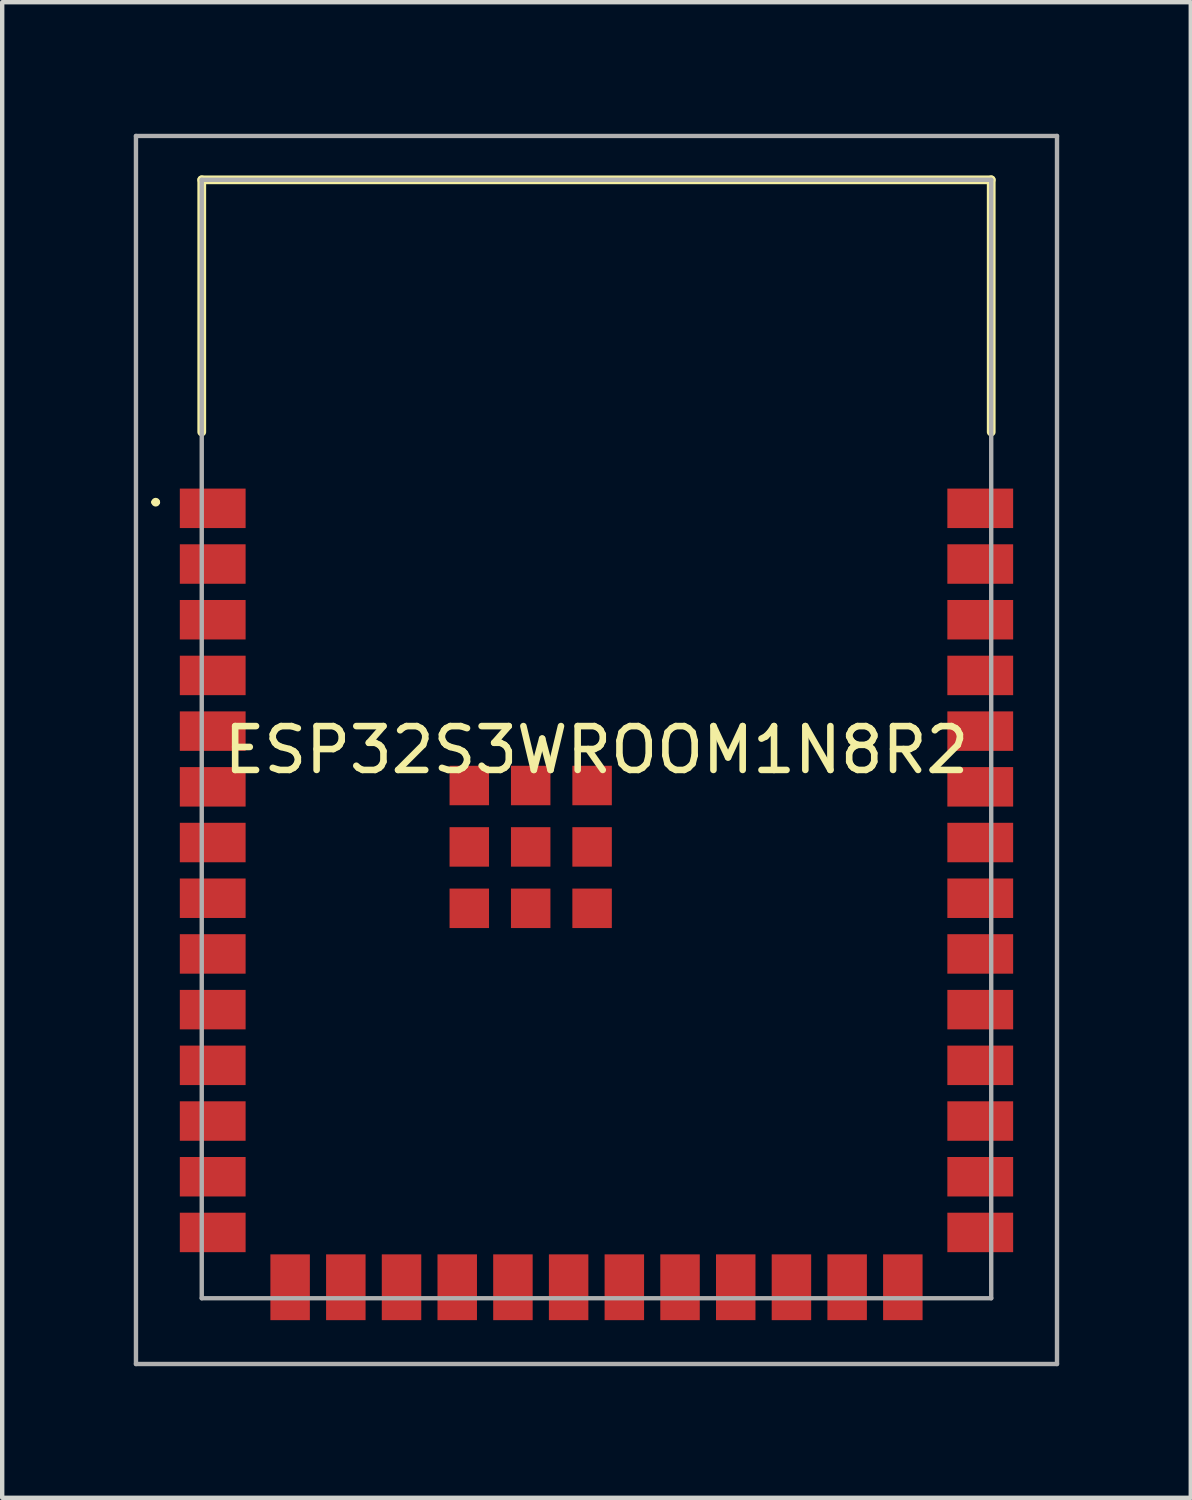
<source format=kicad_pcb>
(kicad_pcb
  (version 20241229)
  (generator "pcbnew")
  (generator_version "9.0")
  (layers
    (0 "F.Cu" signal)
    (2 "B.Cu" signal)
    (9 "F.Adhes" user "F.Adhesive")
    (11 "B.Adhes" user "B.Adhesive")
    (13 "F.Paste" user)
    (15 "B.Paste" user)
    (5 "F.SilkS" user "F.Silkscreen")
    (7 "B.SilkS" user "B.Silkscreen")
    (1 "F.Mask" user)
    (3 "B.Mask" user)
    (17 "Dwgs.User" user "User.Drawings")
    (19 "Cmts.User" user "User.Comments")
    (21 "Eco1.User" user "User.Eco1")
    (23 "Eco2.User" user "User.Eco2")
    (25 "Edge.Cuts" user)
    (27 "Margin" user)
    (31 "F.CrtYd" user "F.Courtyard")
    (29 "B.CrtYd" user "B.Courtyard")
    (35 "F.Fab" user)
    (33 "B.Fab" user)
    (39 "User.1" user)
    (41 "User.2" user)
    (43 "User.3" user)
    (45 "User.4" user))
  (footprint "ESP32S3WROOM1N8R2"
    (layer "F.Cu")
    (at 10.55 13.8)
    (property "Reference" "ESP32S3WROOM1N8R2" (at 0 0.25 0) (layer "F.SilkS") (effects (font (size 1 1) (thickness 0.15))))
    (attr smd)
    (fp_line (start -10.1 -5.4) (end -10.1 -5.4) (stroke (width 0.1) (type solid)) (layer "F.SilkS"))
    (fp_line (start -10 -5.4) (end -10 -5.4) (stroke (width 0.1) (type solid)) (layer "F.SilkS"))
    (fp_line (start -9 -12.75) (end 9 -12.75) (stroke (width 0.2) (type solid)) (layer "F.SilkS"))
    (fp_line (start -9 -7) (end -9 -12.75) (stroke (width 0.2) (type solid)) (layer "F.SilkS"))
    (fp_line (start 9 -12.75) (end 9 -7) (stroke (width 0.2) (type solid)) (layer "F.SilkS"))
    (fp_arc (start -10.1 -5.4) (mid -10.05 -5.45) (end -10 -5.4) (stroke (width 0.1) (type solid)) (layer "F.SilkS"))
    (fp_arc (start -10 -5.4) (mid -10.05 -5.35) (end -10.1 -5.4) (stroke (width 0.1) (type solid)) (layer "F.SilkS"))
    (fp_line (start -10.5 -13.75) (end 10.5 -13.75) (stroke (width 0.1) (type solid)) (layer "F.Fab"))
    (fp_line (start -10.5 14.25) (end -10.5 -13.75) (stroke (width 0.1) (type solid)) (layer "F.Fab"))
    (fp_line (start -9 -12.75) (end 9 -12.75) (stroke (width 0.1) (type solid)) (layer "F.Fab"))
    (fp_line (start -9 12.75) (end -9 -12.75) (stroke (width 0.1) (type solid)) (layer "F.Fab"))
    (fp_line (start 9 -12.75) (end 9 12.75) (stroke (width 0.1) (type solid)) (layer "F.Fab"))
    (fp_line (start 9 12.75) (end -9 12.75) (stroke (width 0.1) (type solid)) (layer "F.Fab"))
    (fp_line (start 10.5 -13.75) (end 10.5 14.25) (stroke (width 0.1) (type solid)) (layer "F.Fab"))
    (fp_line (start 10.5 14.25) (end -10.5 14.25) (stroke (width 0.1) (type solid)) (layer "F.Fab"))
    (pad "1" smd rect (at -8.75 -5.26) (size 1.5 0.9) (layers "F.Cu" "F.Mask" "F.Paste"))
    (pad "2" smd rect (at -8.75 -3.99) (size 1.5 0.9) (layers "F.Cu" "F.Mask" "F.Paste"))
    (pad "3" smd rect (at -8.75 -2.72) (size 1.5 0.9) (layers "F.Cu" "F.Mask" "F.Paste"))
    (pad "4" smd rect (at -8.75 -1.45) (size 1.5 0.9) (layers "F.Cu" "F.Mask" "F.Paste"))
    (pad "5" smd rect (at -8.75 -0.18) (size 1.5 0.9) (layers "F.Cu" "F.Mask" "F.Paste"))
    (pad "6" smd rect (at -8.75 1.09) (size 1.5 0.9) (layers "F.Cu" "F.Mask" "F.Paste"))
    (pad "7" smd rect (at -8.75 2.36) (size 1.5 0.9) (layers "F.Cu" "F.Mask" "F.Paste"))
    (pad "8" smd rect (at -8.75 3.63) (size 1.5 0.9) (layers "F.Cu" "F.Mask" "F.Paste"))
    (pad "9" smd rect (at -8.75 4.9) (size 1.5 0.9) (layers "F.Cu" "F.Mask" "F.Paste"))
    (pad "10" smd rect (at -8.75 6.17) (size 1.5 0.9) (layers "F.Cu" "F.Mask" "F.Paste"))
    (pad "11" smd rect (at -8.75 7.44) (size 1.5 0.9) (layers "F.Cu" "F.Mask" "F.Paste"))
    (pad "12" smd rect (at -8.75 8.71) (size 1.5 0.9) (layers "F.Cu" "F.Mask" "F.Paste"))
    (pad "13" smd rect (at -8.75 9.98) (size 1.5 0.9) (layers "F.Cu" "F.Mask" "F.Paste"))
    (pad "14" smd rect (at -8.75 11.25) (size 1.5 0.9) (layers "F.Cu" "F.Mask" "F.Paste"))
    (pad "15" smd rect (at -6.985 12.5) (size 0.9 1.5) (layers "F.Cu" "F.Mask" "F.Paste"))
    (pad "16" smd rect (at -5.715 12.5) (size 0.9 1.5) (layers "F.Cu" "F.Mask" "F.Paste"))
    (pad "17" smd rect (at -4.445 12.5) (size 0.9 1.5) (layers "F.Cu" "F.Mask" "F.Paste"))
    (pad "18" smd rect (at -3.175 12.5) (size 0.9 1.5) (layers "F.Cu" "F.Mask" "F.Paste"))
    (pad "19" smd rect (at -1.905 12.5) (size 0.9 1.5) (layers "F.Cu" "F.Mask" "F.Paste"))
    (pad "20" smd rect (at -0.635 12.5) (size 0.9 1.5) (layers "F.Cu" "F.Mask" "F.Paste"))
    (pad "21" smd rect (at 0.635 12.5) (size 0.9 1.5) (layers "F.Cu" "F.Mask" "F.Paste"))
    (pad "22" smd rect (at 1.905 12.5) (size 0.9 1.5) (layers "F.Cu" "F.Mask" "F.Paste"))
    (pad "23" smd rect (at 3.175 12.5) (size 0.9 1.5) (layers "F.Cu" "F.Mask" "F.Paste"))
    (pad "24" smd rect (at 4.445 12.5) (size 0.9 1.5) (layers "F.Cu" "F.Mask" "F.Paste"))
    (pad "25" smd rect (at 5.715 12.5) (size 0.9 1.5) (layers "F.Cu" "F.Mask" "F.Paste"))
    (pad "26" smd rect (at 6.985 12.5) (size 0.9 1.5) (layers "F.Cu" "F.Mask" "F.Paste"))
    (pad "27" smd rect (at 8.75 11.25) (size 1.5 0.9) (layers "F.Cu" "F.Mask" "F.Paste"))
    (pad "28" smd rect (at 8.75 9.98) (size 1.5 0.9) (layers "F.Cu" "F.Mask" "F.Paste"))
    (pad "29" smd rect (at 8.75 8.71) (size 1.5 0.9) (layers "F.Cu" "F.Mask" "F.Paste"))
    (pad "30" smd rect (at 8.75 7.44) (size 1.5 0.9) (layers "F.Cu" "F.Mask" "F.Paste"))
    (pad "31" smd rect (at 8.75 6.17) (size 1.5 0.9) (layers "F.Cu" "F.Mask" "F.Paste"))
    (pad "32" smd rect (at 8.75 4.9) (size 1.5 0.9) (layers "F.Cu" "F.Mask" "F.Paste"))
    (pad "33" smd rect (at 8.75 3.63) (size 1.5 0.9) (layers "F.Cu" "F.Mask" "F.Paste"))
    (pad "34" smd rect (at 8.75 2.36) (size 1.5 0.9) (layers "F.Cu" "F.Mask" "F.Paste"))
    (pad "35" smd rect (at 8.75 1.09) (size 1.5 0.9) (layers "F.Cu" "F.Mask" "F.Paste"))
    (pad "36" smd rect (at 8.75 -0.18) (size 1.5 0.9) (layers "F.Cu" "F.Mask" "F.Paste"))
    (pad "37" smd rect (at 8.75 -1.45) (size 1.5 0.9) (layers "F.Cu" "F.Mask" "F.Paste"))
    (pad "38" smd rect (at 8.75 -2.72) (size 1.5 0.9) (layers "F.Cu" "F.Mask" "F.Paste"))
    (pad "39" smd rect (at 8.75 -3.99) (size 1.5 0.9) (layers "F.Cu" "F.Mask" "F.Paste"))
    (pad "40" smd rect (at 8.75 -5.26) (size 1.5 0.9) (layers "F.Cu" "F.Mask" "F.Paste"))
    (pad "41" smd rect (at -1.5 2.46) (size 0.9 0.9) (layers "F.Cu" "F.Mask" "F.Paste"))
    (pad "42" smd rect (at -1.5 1.06) (size 0.9 0.9) (layers "F.Cu" "F.Mask" "F.Paste"))
    (pad "43" smd rect (at -2.9 1.06) (size 0.9 0.9) (layers "F.Cu" "F.Mask" "F.Paste"))
    (pad "44" smd rect (at -2.9 2.46) (size 0.9 0.9) (layers "F.Cu" "F.Mask" "F.Paste"))
    (pad "45" smd rect (at -2.9 3.86) (size 0.9 0.9) (layers "F.Cu" "F.Mask" "F.Paste"))
    (pad "46" smd rect (at -1.5 3.86) (size 0.9 0.9) (layers "F.Cu" "F.Mask" "F.Paste"))
    (pad "47" smd rect (at -0.1 3.86) (size 0.9 0.9) (layers "F.Cu" "F.Mask" "F.Paste"))
    (pad "48" smd rect (at -0.1 2.46) (size 0.9 0.9) (layers "F.Cu" "F.Mask" "F.Paste"))
    (pad "49" smd rect (at -0.1 1.06) (size 0.9 0.9) (layers "F.Cu" "F.Mask" "F.Paste"))
    (zone (net_name "") (layer "Eco1.User") (name "KEEP-OUT ZONE") (hatch edge 0.5) (connect_pads) (min_thickness 0.25) (filled_areas_thickness no) (keepout (tracks not_allowed) (vias not_allowed) (pads not_allowed) (copperpour not_allowed) (footprints not_allowed)) (placement (enabled no)) (fill) (polygon (pts (xy 21.05 7.4) (xy 21.05 0.07) (xy 0.06 0.05) (xy 0.04 7.41)))))
  (gr_rect
    (start -3 -3)
    (end 24.1 31.1)
    (stroke (width 0.1) (type default))
    (fill no)
    (layer "Edge.Cuts")))
</source>
